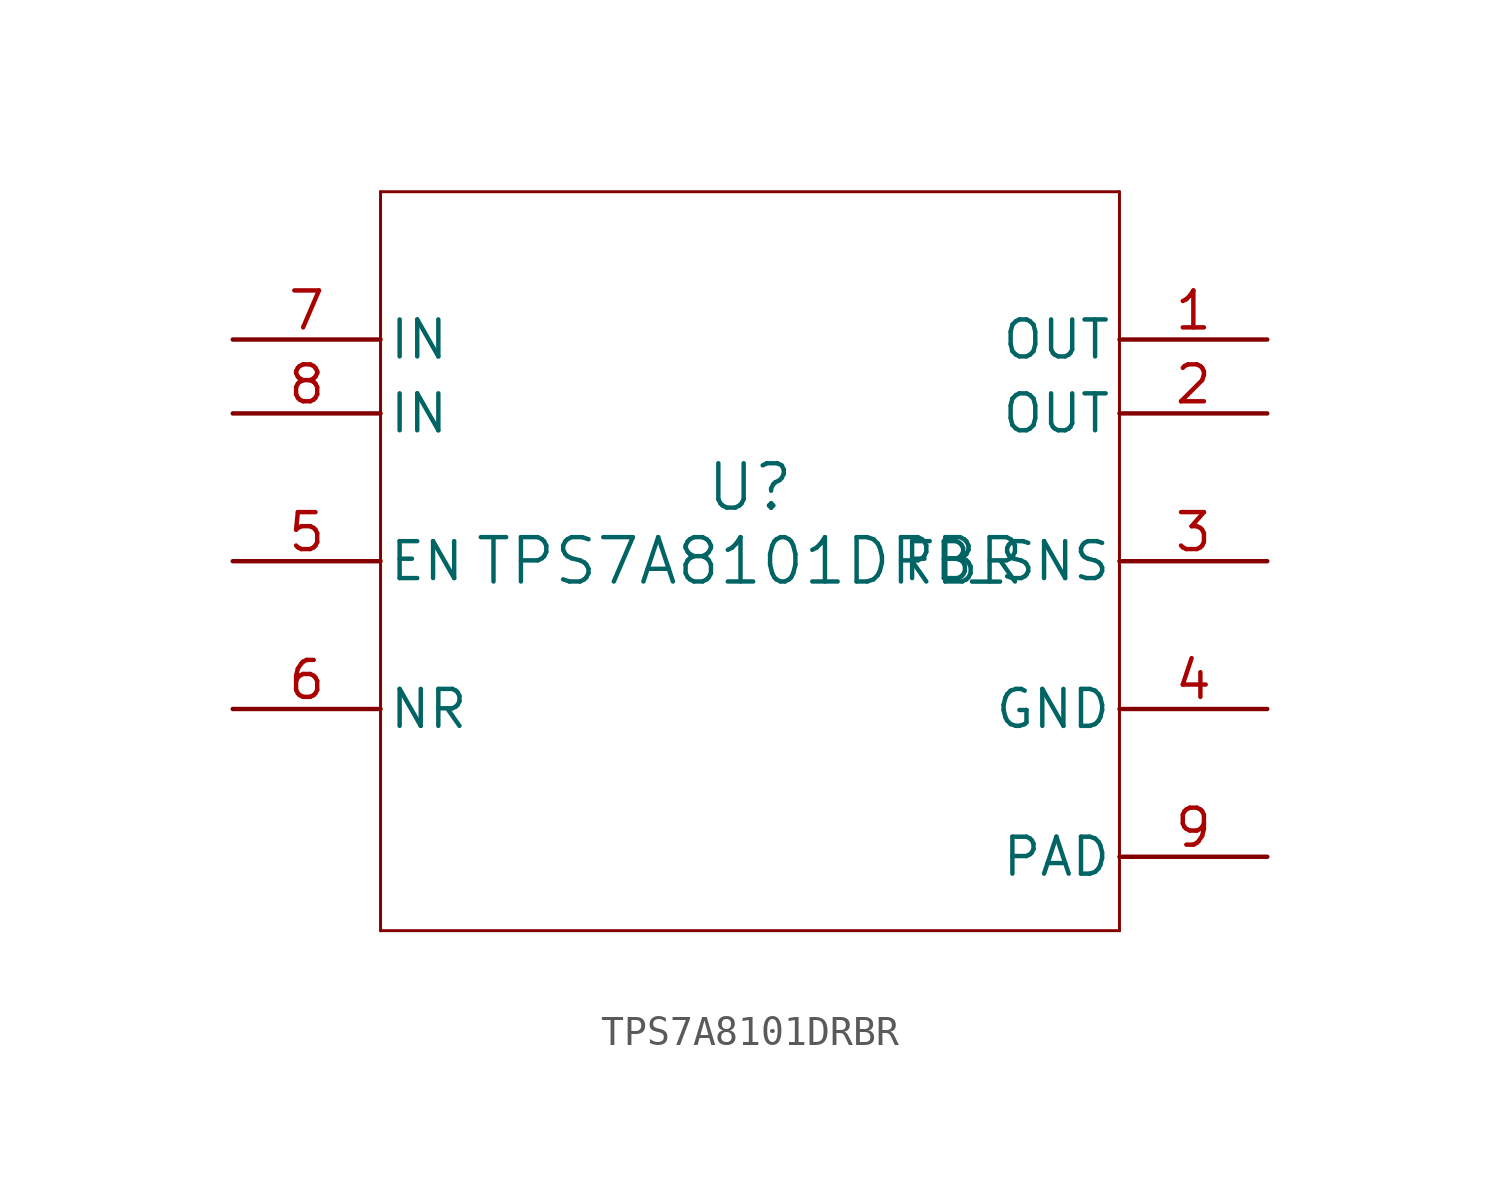
<source format=kicad_sym>
(kicad_symbol_lib
  (version 20211014)
  (generator kicad_symbol_editor)
  (symbol "TPS7A8101DRBR"
    (pin_names
      (offset 0.254))
    (property "Reference" "U"
      (at 0 2.54 0)
      (effects (font (size 1.524 1.524))))
    (property "Value" "TPS7A8101DRBR"
      (at 0 0 0)
      (effects (font (size 1.524 1.524))))
    (symbol "TPS7A8101DRBR_0_1"
      (polyline (pts (xy -12.7 -12.7) (xy 12.7 -12.7)) (stroke (width 0.102) (type default) (color 0 0 0 0)) (fill (type none)))
      (polyline (pts (xy 12.7 -12.7) (xy 12.7 12.7)) (stroke (width 0.102) (type default) (color 0 0 0 0)) (fill (type none)))
      (polyline (pts (xy 12.7 12.7) (xy -12.7 12.7)) (stroke (width 0.102) (type default) (color 0 0 0 0)) (fill (type none)))
      (polyline (pts (xy -12.7 12.7) (xy -12.7 -12.7)) (stroke (width 0.102) (type default) (color 0 0 0 0)) (fill (type none)))
      (pin power_in line (at 17.78 7.62 180) (length 5.08) (name "OUT" (effects (font (size 1.27 1.27)))) (number "1" (effects (font (size 1.27 1.27)))))
      (pin power_in line (at 17.78 5.08 180) (length 5.08) (name "OUT" (effects (font (size 1.27 1.27)))) (number "2" (effects (font (size 1.27 1.27)))))
      (pin input line (at 17.78 0 180) (length 5.08) (name "FB_SNS" (effects (font (size 1.27 1.27)))) (number "3" (effects (font (size 1.27 1.27)))))
      (pin power_in line (at 17.78 -5.08 180) (length 5.08) (name "GND" (effects (font (size 1.27 1.27)))) (number "4" (effects (font (size 1.27 1.27)))))
      (pin input line (at -17.78 0 0) (length 5.08) (name "EN" (effects (font (size 1.27 1.27)))) (number "5" (effects (font (size 1.27 1.27)))))
      (pin input line (at -17.78 -5.08 0) (length 5.08) (name "NR" (effects (font (size 1.27 1.27)))) (number "6" (effects (font (size 1.27 1.27)))))
      (pin power_in line (at -17.78 7.62 0) (length 5.08) (name "IN" (effects (font (size 1.27 1.27)))) (number "7" (effects (font (size 1.27 1.27)))))
      (pin power_in line (at -17.78 5.08 0) (length 5.08) (name "IN" (effects (font (size 1.27 1.27)))) (number "8" (effects (font (size 1.27 1.27)))))
      (pin unspecified line (at 17.78 -10.16 180) (length 5.08) (name "PAD" (effects (font (size 1.27 1.27)))) (number "9" (effects (font (size 1.27 1.27))))))))
</source>
